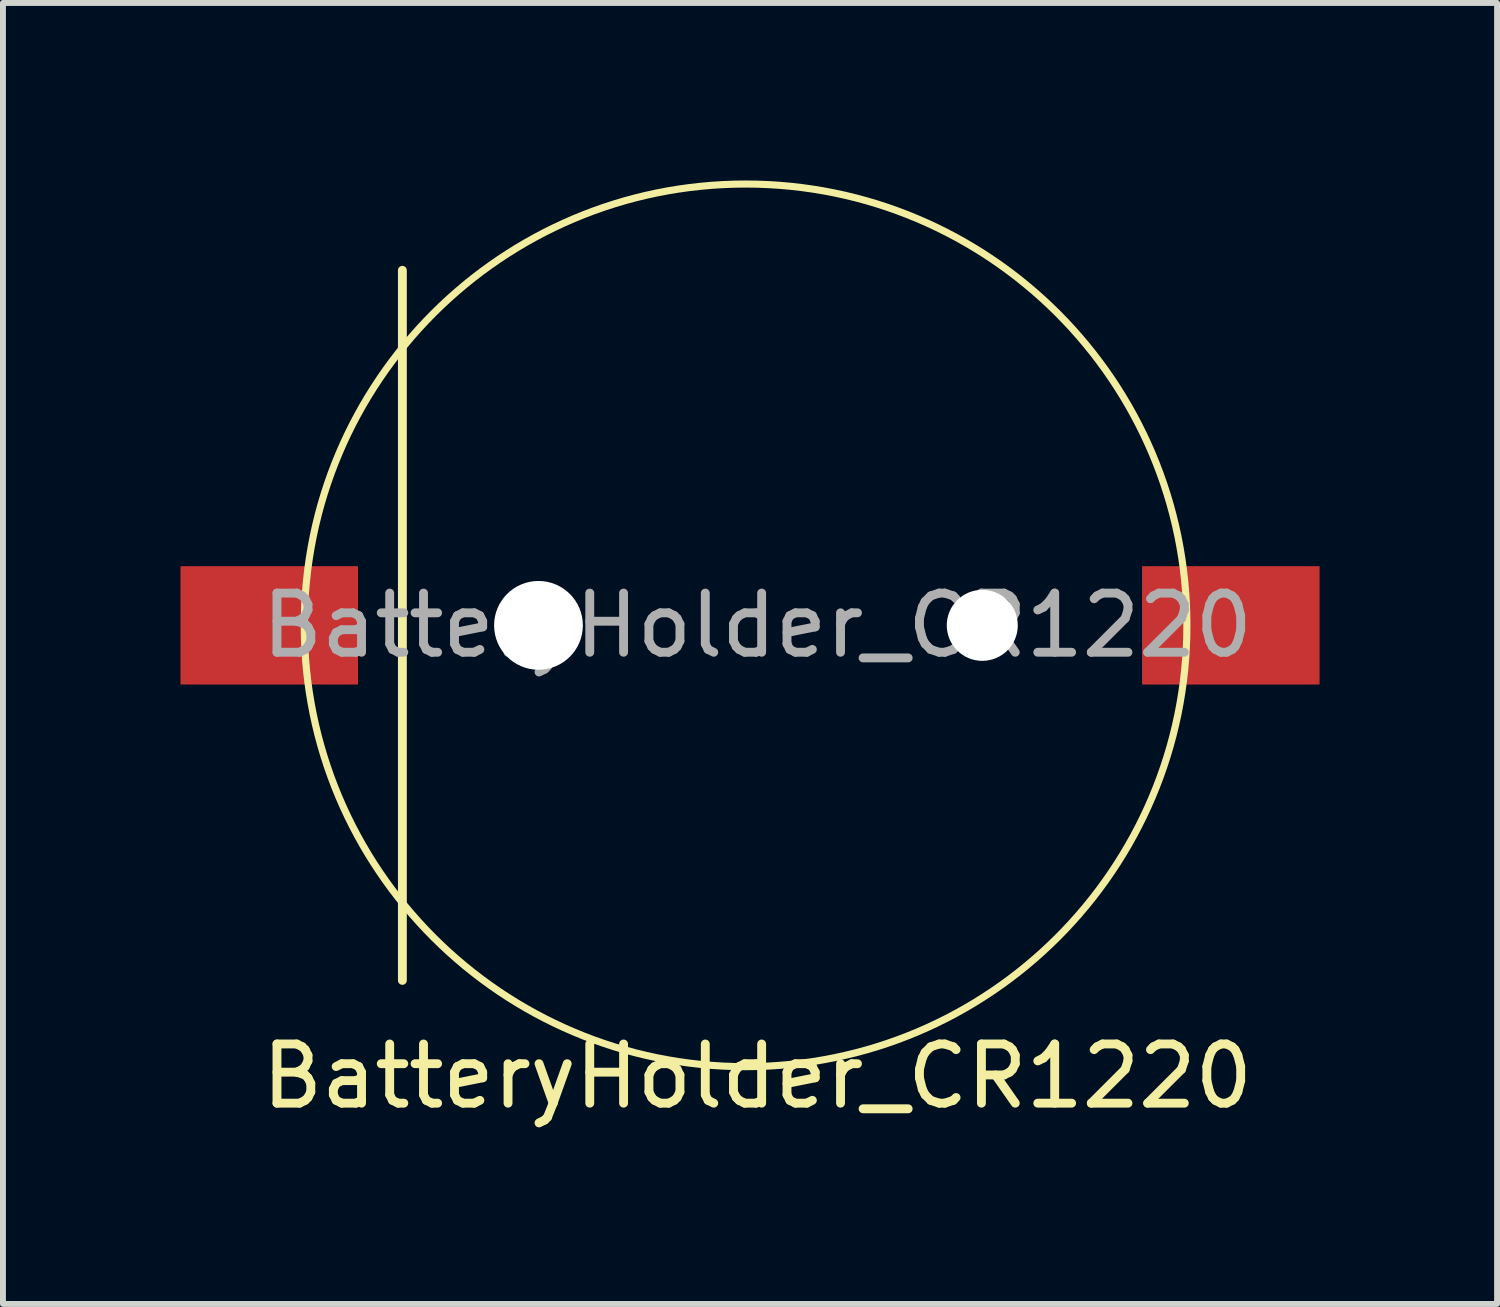
<source format=kicad_pcb>
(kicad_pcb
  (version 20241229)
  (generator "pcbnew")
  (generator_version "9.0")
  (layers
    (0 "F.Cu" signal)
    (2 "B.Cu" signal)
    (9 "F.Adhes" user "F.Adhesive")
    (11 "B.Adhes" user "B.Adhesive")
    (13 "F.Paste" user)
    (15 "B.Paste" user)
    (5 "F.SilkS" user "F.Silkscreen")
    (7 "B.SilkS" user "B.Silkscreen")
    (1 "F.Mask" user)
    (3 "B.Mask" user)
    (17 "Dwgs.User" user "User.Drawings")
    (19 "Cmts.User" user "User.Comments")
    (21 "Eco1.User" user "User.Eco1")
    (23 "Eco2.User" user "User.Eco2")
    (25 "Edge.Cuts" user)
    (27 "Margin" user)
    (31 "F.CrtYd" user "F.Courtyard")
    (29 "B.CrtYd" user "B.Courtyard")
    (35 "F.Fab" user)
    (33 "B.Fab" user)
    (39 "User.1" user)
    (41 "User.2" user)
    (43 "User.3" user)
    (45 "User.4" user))
  (footprint "BatteryHolder_CR1220"
    (layer "F.Cu")
    (at 9.75 7.518)
    (property "Reference" "BatteryHolder_CR1220" (at 0 7.62 0) (layer "F.SilkS") (effects (font (size 1 1) (thickness 0.15))))
    (attr smd)
    (fp_line (start -6 -6) (end -6 6) (stroke (width 0.15) (type solid)) (layer "F.SilkS"))
    (fp_circle (center -0.2 0) (end 7.258 0) (stroke (width 0.12) (type solid)) (fill no) (layer "F.SilkS"))
    (fp_text user "${REFERENCE}" (at 0 0 0) (layer "F.Fab") (effects (font (size 1 1) (thickness 0.15))))
    (pad "" np_thru_hole circle (at -3.7 0) (size 1.5 1.5) (drill 1.5) (layers "*.Cu" "*.Mask"))
    (pad "" np_thru_hole circle (at 3.8 0) (size 1.2 1.2) (drill 1.2) (layers "*.Cu" "*.Mask"))
    (pad "1" smd rect (at -8.25 0) (size 3 2) (layers "F.Cu" "F.Mask" "F.Paste"))
    (pad "2" smd rect (at 8 0) (size 3 2) (layers "F.Cu" "F.Mask" "F.Paste")))
  (gr_rect
    (start -3 -3)
    (end 22.25 18.986)
    (stroke (width 0.1) (type default))
    (fill no)
    (layer "Edge.Cuts")))
</source>
